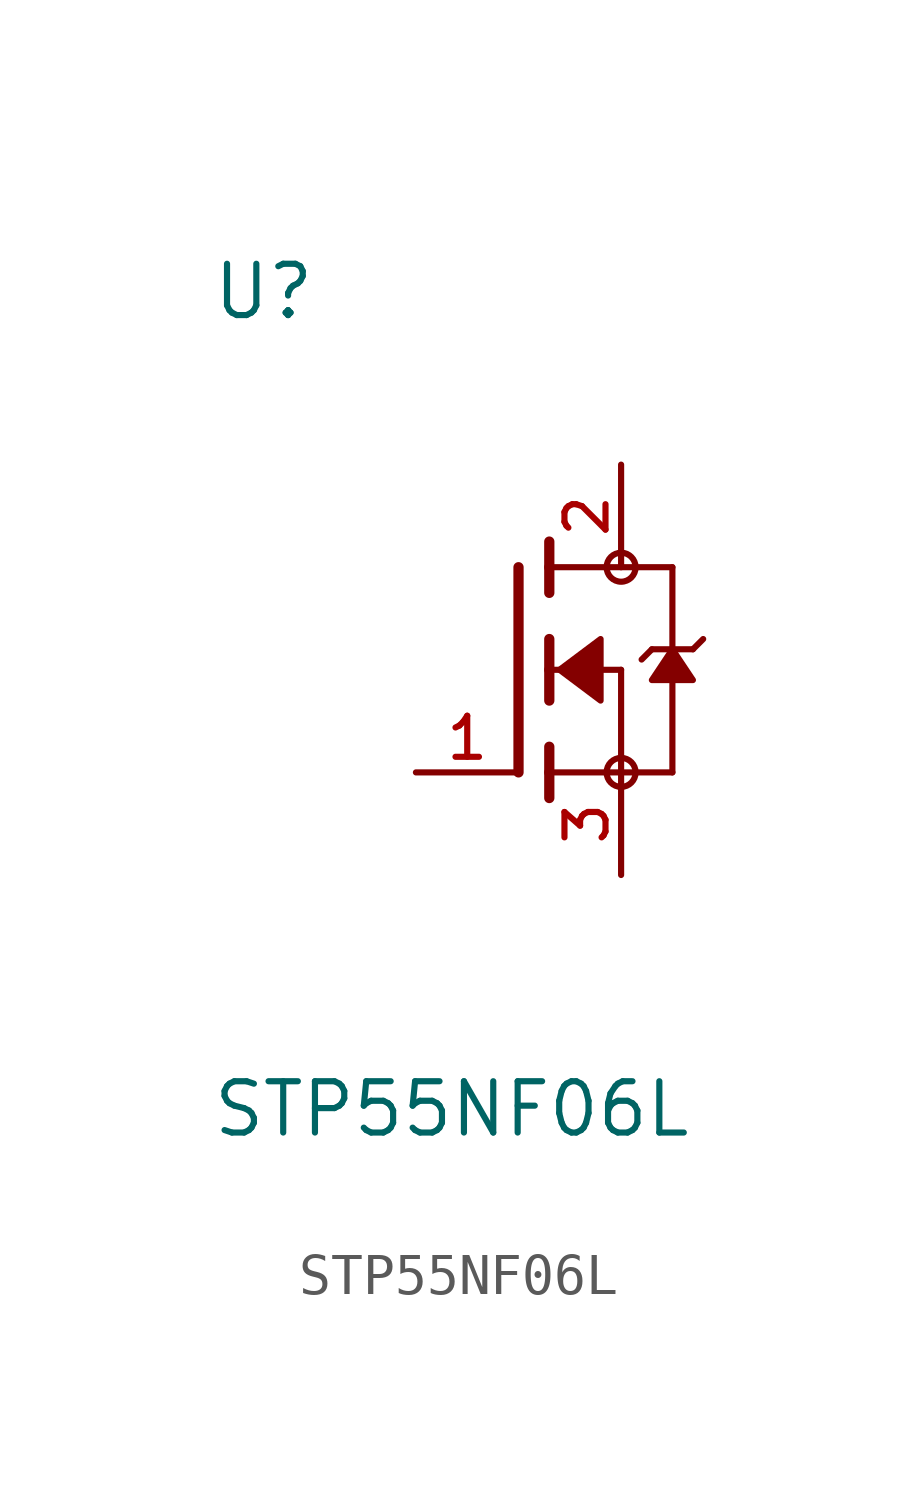
<source format=kicad_sym>
(kicad_symbol_lib
  (version 20211014)
  (generator kicad_symbol_editor)
  (symbol "STP55NF06L"
    (pin_names
      (offset 1.016))
    (property "Reference" "U"
      (at -10.16 8.62 0.0)
      (effects (font (size 1.27 1.27)) (justify bottom left)))
    (property "Value" "STP55NF06L"
      (at -10.16 -11.62 0.0)
      (effects (font (size 1.27 1.27)) (justify bottom left)))
    (symbol "STP55NF06L_0_0"
      (polyline (pts (xy -1.778 0.762) (xy -1.778 0.0)) (stroke (width 0.254)))
      (polyline (pts (xy -1.778 0.0) (xy -1.778 -0.762)) (stroke (width 0.254)))
      (polyline (pts (xy -1.778 3.175) (xy -1.778 2.54)) (stroke (width 0.254)))
      (polyline (pts (xy -1.778 2.54) (xy -1.778 1.905)) (stroke (width 0.254)))
      (polyline (pts (xy -1.778 0.0) (xy 0.0 0.0)) (stroke (width 0.152)))
      (polyline (pts (xy 0.0 0.0) (xy 0.0 -2.54)) (stroke (width 0.152)))
      (polyline (pts (xy -1.778 -1.905) (xy -1.778 -2.54)) (stroke (width 0.254)))
      (polyline (pts (xy -1.778 -2.54) (xy -1.778 -3.175)) (stroke (width 0.254)))
      (polyline (pts (xy -2.54 2.54) (xy -2.54 -2.54)) (stroke (width 0.254)))
      (polyline (pts (xy 0.0 -2.54) (xy -1.778 -2.54)) (stroke (width 0.152)))
      (polyline (pts (xy 1.27 2.54) (xy 1.27 0.508)) (stroke (width 0.152)))
      (polyline (pts (xy 1.27 0.508) (xy 1.27 -2.54)) (stroke (width 0.152)))
      (polyline (pts (xy 0.0 -2.54) (xy 1.27 -2.54)) (stroke (width 0.152)))
      (polyline (pts (xy -1.778 2.54) (xy 1.27 2.54)) (stroke (width 0.152)))
      (polyline (pts (xy 2.032 0.762) (xy 1.778 0.508)) (stroke (width 0.152)))
      (polyline (pts (xy 1.778 0.508) (xy 1.27 0.508)) (stroke (width 0.152)))
      (polyline (pts (xy 1.27 0.508) (xy 0.762 0.508)) (stroke (width 0.152)))
      (polyline (pts (xy 0.762 0.508) (xy 0.508 0.254)) (stroke (width 0.152)))
      (circle (center 0.0 -2.54) (radius 0.359) (stroke (width 0.0)) (fill (type none)))
      (circle (center 0.0 2.54) (radius 0.359) (stroke (width 0.0)) (fill (type none)))
      (polyline (pts (xy 1.27 0.508) (xy 0.762 -0.254) (xy 1.778 -0.254) (xy 1.27 0.508)) (stroke (width 0.152)) (fill (type outline)))
      (polyline (pts (xy -1.524 0.0) (xy -0.508 0.762) (xy -0.508 -0.762) (xy -1.524 0.0)) (stroke (width 0.152)) (fill (type outline)))
      (pin passive line (at 0.0 -5.08 90.0) (length 2.54) (name "~" (effects (font (size 1.016 1.016)))) (number "3" (effects (font (size 1.016 1.016)))))
      (pin passive line (at -5.08 -2.54 0) (length 2.54) (name "~" (effects (font (size 1.016 1.016)))) (number "1" (effects (font (size 1.016 1.016)))))
      (pin passive line (at 0.0 5.08 270.0) (length 2.54) (name "~" (effects (font (size 1.016 1.016)))) (number "2" (effects (font (size 1.016 1.016))))))))
</source>
